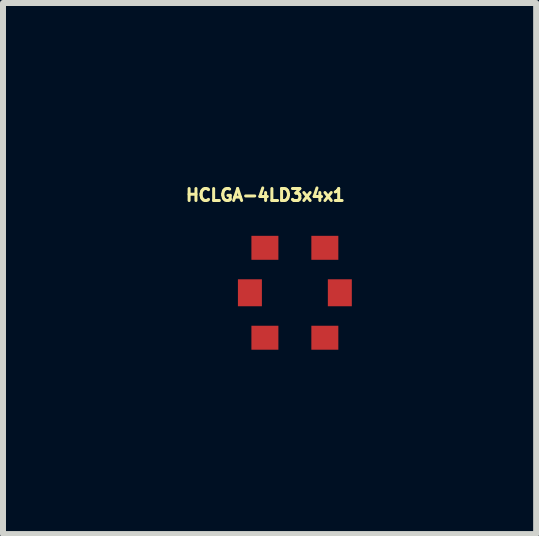
<source format=kicad_pcb>
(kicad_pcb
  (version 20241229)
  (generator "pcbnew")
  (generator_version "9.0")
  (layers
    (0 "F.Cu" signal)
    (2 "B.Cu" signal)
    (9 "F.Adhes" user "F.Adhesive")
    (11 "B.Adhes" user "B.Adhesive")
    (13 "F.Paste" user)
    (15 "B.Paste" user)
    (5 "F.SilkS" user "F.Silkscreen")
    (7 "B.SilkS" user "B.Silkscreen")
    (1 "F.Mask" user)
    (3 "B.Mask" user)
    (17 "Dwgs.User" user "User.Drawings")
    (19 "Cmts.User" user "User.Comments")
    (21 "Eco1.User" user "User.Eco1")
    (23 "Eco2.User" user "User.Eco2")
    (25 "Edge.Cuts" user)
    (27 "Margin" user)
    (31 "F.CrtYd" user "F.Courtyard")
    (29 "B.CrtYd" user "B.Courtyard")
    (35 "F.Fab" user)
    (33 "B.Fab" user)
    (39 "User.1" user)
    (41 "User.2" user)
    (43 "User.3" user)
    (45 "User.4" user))
  (footprint "HCLGA-4LD3x4x1"
    (layer "F.Cu")
    (at 1.869 1.834)
    (property "Reference" "HCLGA-4LD3x4x1" (at -0.493 -1.629 0) (layer "F.SilkS") (effects (font (size 0.2 0.2) (thickness 0.05))))
    (attr smd)
    (fp_line (start -1 -1) (end -1 1) (stroke (width 0.05) (type solid)) (layer "Eco2.User"))
    (fp_line (start -1 1) (end 1 1) (stroke (width 0.05) (type solid)) (layer "Eco2.User"))
    (fp_line (start 1 -1) (end -1 -1) (stroke (width 0.05) (type solid)) (layer "Eco2.User"))
    (fp_line (start 1 1) (end 1 -1) (stroke (width 0.05) (type solid)) (layer "Eco2.User"))
    (fp_circle (center 0.9 -0.75) (end 0.95 -0.75) (stroke (width 0) (type solid)) (fill yes) (layer "Eco2.User"))
    (pad "1" smd rect (at 0.5 -0.75 270) (size 0.4 0.45) (layers "F.Cu" "F.Mask" "F.Paste"))
    (pad "2" smd rect (at -0.5 -0.75 270) (size 0.4 0.45) (layers "F.Cu" "F.Mask" "F.Paste"))
    (pad "3" smd rect (at -0.75 0) (size 0.4 0.45) (layers "F.Cu" "F.Mask" "F.Paste"))
    (pad "4" smd rect (at -0.5 0.75 270) (size 0.4 0.45) (layers "F.Cu" "F.Mask" "F.Paste"))
    (pad "5" smd rect (at 0.5 0.75 270) (size 0.4 0.45) (layers "F.Cu" "F.Mask" "F.Paste"))
    (pad "6" smd rect (at 0.75 0) (size 0.4 0.45) (layers "F.Cu" "F.Mask" "F.Paste")))
  (gr_rect
    (start -3 -3)
    (end 5.894 5.859)
    (stroke (width 0.1) (type default))
    (fill no)
    (layer "Edge.Cuts")))
</source>
